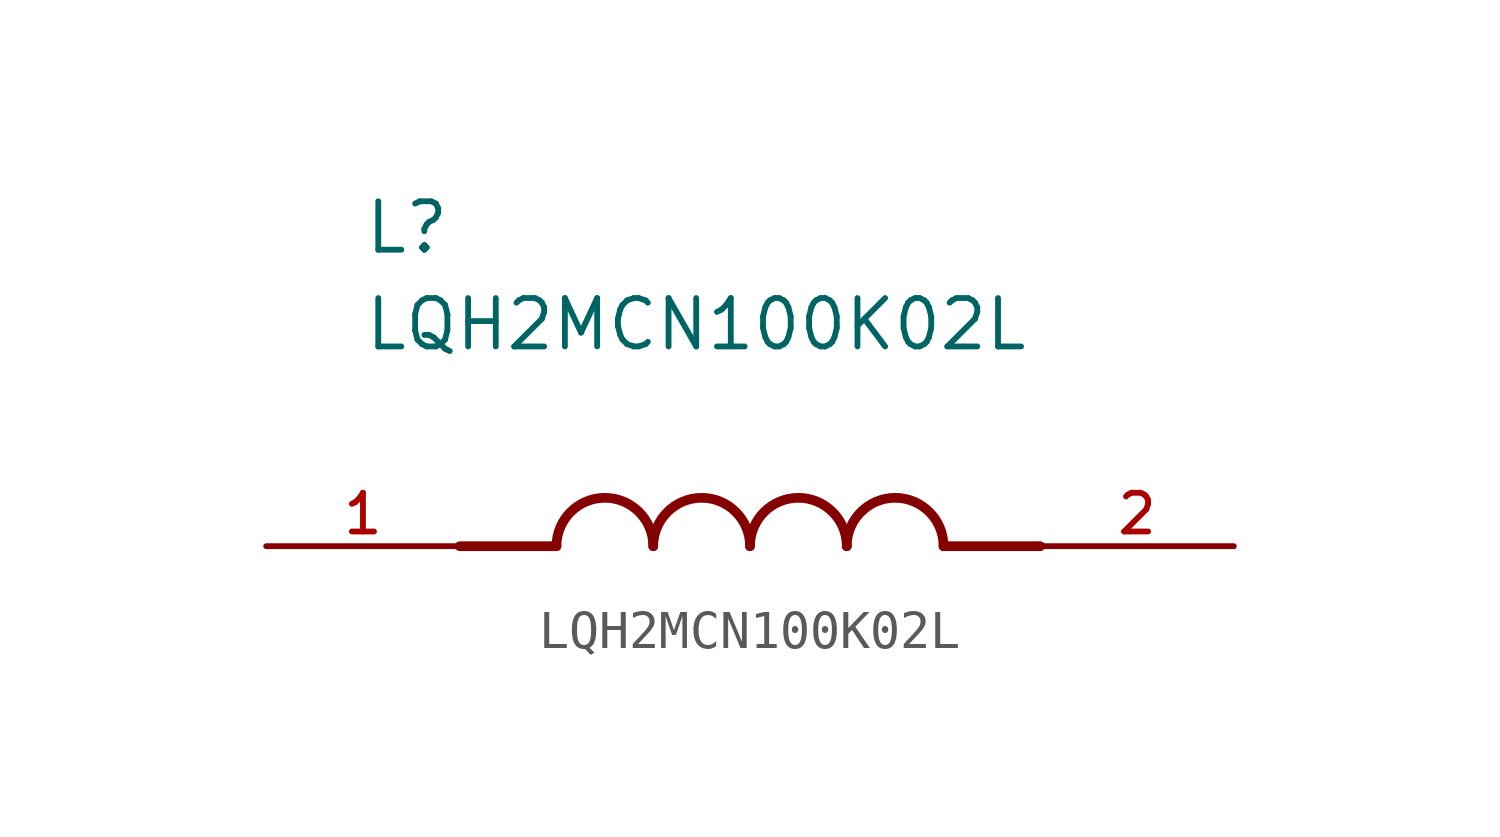
<source format=kicad_sym>
(kicad_symbol_lib
  (version 20211014)
  (generator kicad_symbol_editor)
  (symbol "LQH2MCN100K02L"
    (pin_names
      (offset 1.016))
    (property "Reference" "L"
      (at -10.16 7.62 0)
      (effects (font (size 1.27 1.27)) (justify bottom left)))
    (property "Value" "LQH2MCN100K02L"
      (at -10.16 5.08 0)
      (effects (font (size 1.27 1.27)) (justify bottom left)))
    (symbol "LQH2MCN100K02L_0_0"
      (polyline (pts (xy -5.08 0.0) (xy -7.62 0.0)) (stroke (width 0.254)))
      (polyline (pts (xy 5.08 0.0) (xy 7.62 0.0)) (stroke (width 0.254)))
      (arc (start -2.54 0.0) (mid -3.81 1.27) (end -5.08 0.0) (stroke (width 0.254) (type default) (color 0 0 0 0)) (fill (type none)))
      (arc (start 0.0 0.0) (mid -1.27 1.27) (end -2.54 0.0) (stroke (width 0.254) (type default) (color 0 0 0 0)) (fill (type none)))
      (arc (start 2.54 0.0) (mid 1.27 1.27) (end 0.0 0.0) (stroke (width 0.254) (type default) (color 0 0 0 0)) (fill (type none)))
      (arc (start 5.08 0.0) (mid 3.81 1.27) (end 2.54 0.0) (stroke (width 0.254) (type default) (color 0 0 0 0)) (fill (type none)))
      (pin passive line (at -12.7 0.0 0) (length 5.08) (name "~" (effects (font (size 1.016 1.016)))) (number "1" (effects (font (size 1.016 1.016)))))
      (pin passive line (at 12.7 0.0 180.0) (length 5.08) (name "~" (effects (font (size 1.016 1.016)))) (number "2" (effects (font (size 1.016 1.016))))))))
</source>
